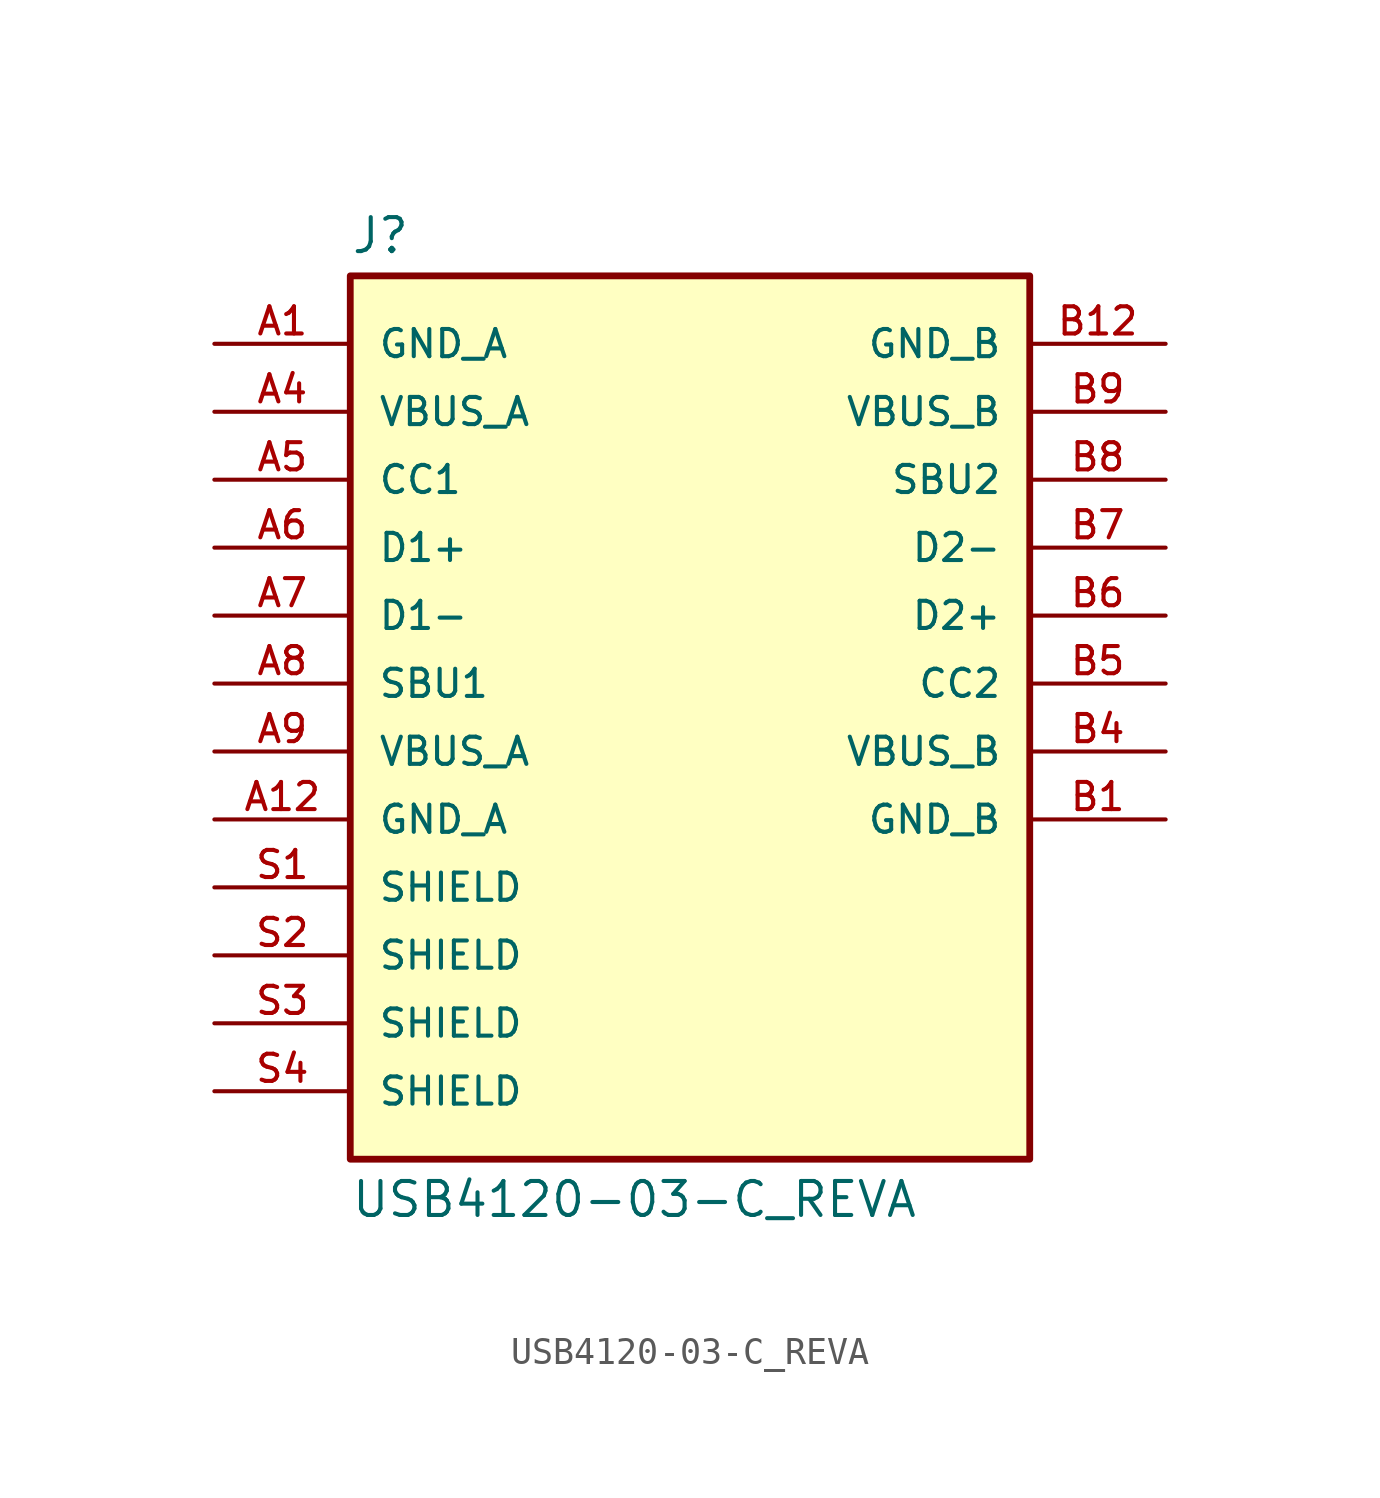
<source format=kicad_sym>
(kicad_symbol_lib
  (version 20211014)
  (generator kicad_symbol_editor)
  (symbol "USB4120-03-C_REVA"
    (pin_names
      (offset 1.016))
    (property "Reference" "J"
      (at -12.7 16.002 0)
      (effects (font (size 1.27 1.27)) (justify left bottom)))
    (property "Value" "USB4120-03-C_REVA"
      (at -12.7 -18.542 0)
      (effects (font (size 1.27 1.27)) (justify left top)))
    (symbol "USB4120-03-C_REVA_0_0"
      (rectangle (start -12.7 -17.78) (end 12.7 15.24) (stroke (width 0.254) (type default) (color 0 0 0 0)) (fill (type background)))
      (pin power_in line (at -17.78 12.7 0) (length 5.08) (name "GND_A" (effects (font (size 1.016 1.016)))) (number "A1" (effects (font (size 1.016 1.016)))))
      (pin power_in line (at -17.78 -5.08 0) (length 5.08) (name "GND_A" (effects (font (size 1.016 1.016)))) (number "A12" (effects (font (size 1.016 1.016)))))
      (pin power_in line (at -17.78 10.16 0) (length 5.08) (name "VBUS_A" (effects (font (size 1.016 1.016)))) (number "A4" (effects (font (size 1.016 1.016)))))
      (pin bidirectional line (at -17.78 7.62 0) (length 5.08) (name "CC1" (effects (font (size 1.016 1.016)))) (number "A5" (effects (font (size 1.016 1.016)))))
      (pin bidirectional line (at -17.78 5.08 0) (length 5.08) (name "D1+" (effects (font (size 1.016 1.016)))) (number "A6" (effects (font (size 1.016 1.016)))))
      (pin bidirectional line (at -17.78 2.54 0) (length 5.08) (name "D1-" (effects (font (size 1.016 1.016)))) (number "A7" (effects (font (size 1.016 1.016)))))
      (pin bidirectional line (at -17.78 0 0) (length 5.08) (name "SBU1" (effects (font (size 1.016 1.016)))) (number "A8" (effects (font (size 1.016 1.016)))))
      (pin power_in line (at -17.78 -2.54 0) (length 5.08) (name "VBUS_A" (effects (font (size 1.016 1.016)))) (number "A9" (effects (font (size 1.016 1.016)))))
      (pin power_in line (at 17.78 -5.08 180) (length 5.08) (name "GND_B" (effects (font (size 1.016 1.016)))) (number "B1" (effects (font (size 1.016 1.016)))))
      (pin power_in line (at 17.78 12.7 180) (length 5.08) (name "GND_B" (effects (font (size 1.016 1.016)))) (number "B12" (effects (font (size 1.016 1.016)))))
      (pin power_in line (at 17.78 -2.54 180) (length 5.08) (name "VBUS_B" (effects (font (size 1.016 1.016)))) (number "B4" (effects (font (size 1.016 1.016)))))
      (pin bidirectional line (at 17.78 0 180) (length 5.08) (name "CC2" (effects (font (size 1.016 1.016)))) (number "B5" (effects (font (size 1.016 1.016)))))
      (pin bidirectional line (at 17.78 2.54 180) (length 5.08) (name "D2+" (effects (font (size 1.016 1.016)))) (number "B6" (effects (font (size 1.016 1.016)))))
      (pin bidirectional line (at 17.78 5.08 180) (length 5.08) (name "D2-" (effects (font (size 1.016 1.016)))) (number "B7" (effects (font (size 1.016 1.016)))))
      (pin bidirectional line (at 17.78 7.62 180) (length 5.08) (name "SBU2" (effects (font (size 1.016 1.016)))) (number "B8" (effects (font (size 1.016 1.016)))))
      (pin power_in line (at 17.78 10.16 180) (length 5.08) (name "VBUS_B" (effects (font (size 1.016 1.016)))) (number "B9" (effects (font (size 1.016 1.016)))))
      (pin passive line (at -17.78 -7.62 0) (length 5.08) (name "SHIELD" (effects (font (size 1.016 1.016)))) (number "S1" (effects (font (size 1.016 1.016)))))
      (pin passive line (at -17.78 -10.16 0) (length 5.08) (name "SHIELD" (effects (font (size 1.016 1.016)))) (number "S2" (effects (font (size 1.016 1.016)))))
      (pin passive line (at -17.78 -12.7 0) (length 5.08) (name "SHIELD" (effects (font (size 1.016 1.016)))) (number "S3" (effects (font (size 1.016 1.016)))))
      (pin passive line (at -17.78 -15.24 0) (length 5.08) (name "SHIELD" (effects (font (size 1.016 1.016)))) (number "S4" (effects (font (size 1.016 1.016))))))))
</source>
